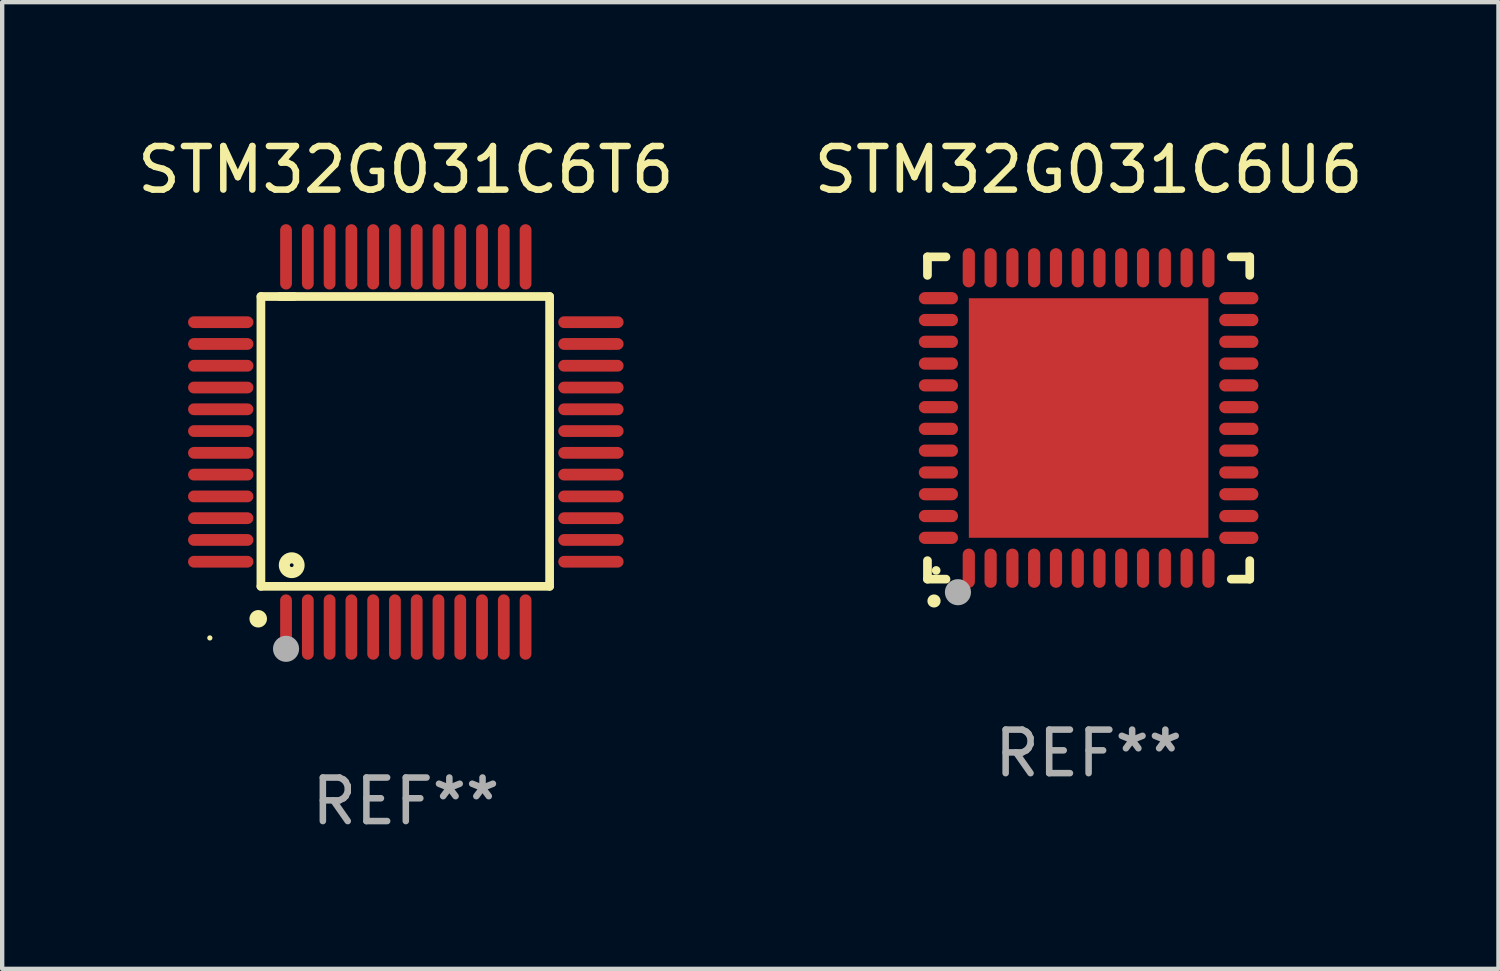
<source format=kicad_pcb>
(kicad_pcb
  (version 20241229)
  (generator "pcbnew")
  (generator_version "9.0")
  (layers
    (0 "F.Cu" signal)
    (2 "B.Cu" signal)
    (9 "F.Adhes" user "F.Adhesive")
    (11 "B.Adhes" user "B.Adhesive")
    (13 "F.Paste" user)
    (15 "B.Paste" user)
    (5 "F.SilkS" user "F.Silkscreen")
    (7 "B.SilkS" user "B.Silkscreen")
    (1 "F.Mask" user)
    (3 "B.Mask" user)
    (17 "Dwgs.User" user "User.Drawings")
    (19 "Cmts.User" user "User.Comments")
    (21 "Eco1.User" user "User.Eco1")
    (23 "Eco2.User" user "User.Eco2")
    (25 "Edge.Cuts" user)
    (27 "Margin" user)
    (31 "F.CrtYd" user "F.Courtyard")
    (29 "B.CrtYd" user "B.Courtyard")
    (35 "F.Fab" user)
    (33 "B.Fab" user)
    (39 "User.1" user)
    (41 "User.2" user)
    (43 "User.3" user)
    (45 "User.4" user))
  (footprint "STM32G031C6T6"
    (layer "F.Cu")
    (at 6.268 7.098)
    (property "Reference" "STM32G031C6T6" (at 0 -6.25 0) (layer "F.SilkS") (effects (font (size 1 1) (thickness 0.15))))
    (attr through_hole)
    (fp_line (start -3.327 -3.34) (end -2.565 -3.34) (stroke (width 0.2) (type solid)) (layer "F.SilkS"))
    (fp_line (start -3.327 3.315) (end -3.327 -3.34) (stroke (width 0.2) (type solid)) (layer "F.SilkS"))
    (fp_line (start -2.896 -3.34) (end 3.302 -3.34) (stroke (width 0.2) (type solid)) (layer "F.SilkS"))
    (fp_line (start 3.302 -3.34) (end 3.302 3.315) (stroke (width 0.2) (type solid)) (layer "F.SilkS"))
    (fp_line (start 3.302 3.315) (end -3.327 3.315) (stroke (width 0.2) (type solid)) (layer "F.SilkS"))
    (fp_arc (start -3.389992 4.059995) (mid -3.388722 4.059991) (end -3.387452 4.059995) (stroke (width 0.4) (type solid)) (layer "F.SilkS"))
    (fp_circle (center -4.5 4.5) (end -4.47 4.5) (stroke (width 0.06) (type solid)) (fill no) (layer "F.SilkS"))
    (fp_circle (center -2.62 2.83) (end -2.45 2.83) (stroke (width 0.254) (type solid)) (fill no) (layer "F.SilkS"))
    (fp_circle (center -2.75 4.75) (end -2.6 4.75) (stroke (width 0.3) (type solid)) (fill no) (layer "F.Fab"))
    (fp_text user "REF**" (at 0 8.25 0) (layer "F.Fab") (effects (font (size 1 1) (thickness 0.15))))
    (pad "1" smd oval (at -2.75 4.25) (size 0.27 1.5) (layers "F.Cu" "F.Mask" "F.Paste"))
    (pad "2" smd oval (at -2.25 4.25) (size 0.27 1.5) (layers "F.Cu" "F.Mask" "F.Paste"))
    (pad "3" smd oval (at -1.75 4.25) (size 0.27 1.5) (layers "F.Cu" "F.Mask" "F.Paste"))
    (pad "4" smd oval (at -1.25 4.25) (size 0.27 1.5) (layers "F.Cu" "F.Mask" "F.Paste"))
    (pad "5" smd oval (at -0.75 4.25) (size 0.27 1.5) (layers "F.Cu" "F.Mask" "F.Paste"))
    (pad "6" smd oval (at -0.25 4.25) (size 0.27 1.5) (layers "F.Cu" "F.Mask" "F.Paste"))
    (pad "7" smd oval (at 0.25 4.25) (size 0.27 1.5) (layers "F.Cu" "F.Mask" "F.Paste"))
    (pad "8" smd oval (at 0.75 4.25) (size 0.27 1.5) (layers "F.Cu" "F.Mask" "F.Paste"))
    (pad "9" smd oval (at 1.25 4.25) (size 0.27 1.5) (layers "F.Cu" "F.Mask" "F.Paste"))
    (pad "10" smd oval (at 1.75 4.25) (size 0.27 1.5) (layers "F.Cu" "F.Mask" "F.Paste"))
    (pad "11" smd oval (at 2.25 4.25) (size 0.27 1.5) (layers "F.Cu" "F.Mask" "F.Paste"))
    (pad "12" smd oval (at 2.75 4.25) (size 0.27 1.5) (layers "F.Cu" "F.Mask" "F.Paste"))
    (pad "13" smd oval (at 4.25 2.75) (size 1.5 0.27) (layers "F.Cu" "F.Mask" "F.Paste"))
    (pad "14" smd oval (at 4.25 2.25) (size 1.5 0.27) (layers "F.Cu" "F.Mask" "F.Paste"))
    (pad "15" smd oval (at 4.25 1.75) (size 1.5 0.27) (layers "F.Cu" "F.Mask" "F.Paste"))
    (pad "16" smd oval (at 4.25 1.25) (size 1.5 0.27) (layers "F.Cu" "F.Mask" "F.Paste"))
    (pad "17" smd oval (at 4.25 0.75) (size 1.5 0.27) (layers "F.Cu" "F.Mask" "F.Paste"))
    (pad "18" smd oval (at 4.25 0.25) (size 1.5 0.27) (layers "F.Cu" "F.Mask" "F.Paste"))
    (pad "19" smd oval (at 4.25 -0.25) (size 1.5 0.27) (layers "F.Cu" "F.Mask" "F.Paste"))
    (pad "20" smd oval (at 4.25 -0.75) (size 1.5 0.27) (layers "F.Cu" "F.Mask" "F.Paste"))
    (pad "21" smd oval (at 4.25 -1.25) (size 1.5 0.27) (layers "F.Cu" "F.Mask" "F.Paste"))
    (pad "22" smd oval (at 4.25 -1.75) (size 1.5 0.27) (layers "F.Cu" "F.Mask" "F.Paste"))
    (pad "23" smd oval (at 4.25 -2.25) (size 1.5 0.27) (layers "F.Cu" "F.Mask" "F.Paste"))
    (pad "24" smd oval (at 4.25 -2.75) (size 1.5 0.27) (layers "F.Cu" "F.Mask" "F.Paste"))
    (pad "25" smd oval (at 2.75 -4.25) (size 0.27 1.5) (layers "F.Cu" "F.Mask" "F.Paste"))
    (pad "26" smd oval (at 2.25 -4.25) (size 0.27 1.5) (layers "F.Cu" "F.Mask" "F.Paste"))
    (pad "27" smd oval (at 1.75 -4.25) (size 0.27 1.5) (layers "F.Cu" "F.Mask" "F.Paste"))
    (pad "28" smd oval (at 1.25 -4.25) (size 0.27 1.5) (layers "F.Cu" "F.Mask" "F.Paste"))
    (pad "29" smd oval (at 0.75 -4.25) (size 0.27 1.5) (layers "F.Cu" "F.Mask" "F.Paste"))
    (pad "30" smd oval (at 0.25 -4.25) (size 0.27 1.5) (layers "F.Cu" "F.Mask" "F.Paste"))
    (pad "31" smd oval (at -0.25 -4.25) (size 0.27 1.5) (layers "F.Cu" "F.Mask" "F.Paste"))
    (pad "32" smd oval (at -0.75 -4.25) (size 0.27 1.5) (layers "F.Cu" "F.Mask" "F.Paste"))
    (pad "33" smd oval (at -1.25 -4.25) (size 0.27 1.5) (layers "F.Cu" "F.Mask" "F.Paste"))
    (pad "34" smd oval (at -1.75 -4.25) (size 0.27 1.5) (layers "F.Cu" "F.Mask" "F.Paste"))
    (pad "35" smd oval (at -2.25 -4.25) (size 0.27 1.5) (layers "F.Cu" "F.Mask" "F.Paste"))
    (pad "36" smd oval (at -2.75 -4.25) (size 0.27 1.5) (layers "F.Cu" "F.Mask" "F.Paste"))
    (pad "37" smd oval (at -4.25 -2.75) (size 1.5 0.27) (layers "F.Cu" "F.Mask" "F.Paste"))
    (pad "38" smd oval (at -4.25 -2.25) (size 1.5 0.27) (layers "F.Cu" "F.Mask" "F.Paste"))
    (pad "39" smd oval (at -4.25 -1.75) (size 1.5 0.27) (layers "F.Cu" "F.Mask" "F.Paste"))
    (pad "40" smd oval (at -4.25 -1.25) (size 1.5 0.27) (layers "F.Cu" "F.Mask" "F.Paste"))
    (pad "41" smd oval (at -4.25 -0.75) (size 1.5 0.27) (layers "F.Cu" "F.Mask" "F.Paste"))
    (pad "42" smd oval (at -4.25 -0.25) (size 1.5 0.27) (layers "F.Cu" "F.Mask" "F.Paste"))
    (pad "43" smd oval (at -4.25 0.25) (size 1.5 0.27) (layers "F.Cu" "F.Mask" "F.Paste"))
    (pad "44" smd oval (at -4.25 0.75) (size 1.5 0.27) (layers "F.Cu" "F.Mask" "F.Paste"))
    (pad "45" smd oval (at -4.25 1.25) (size 1.5 0.27) (layers "F.Cu" "F.Mask" "F.Paste"))
    (pad "46" smd oval (at -4.25 1.75) (size 1.5 0.27) (layers "F.Cu" "F.Mask" "F.Paste"))
    (pad "47" smd oval (at -4.25 2.25) (size 1.5 0.27) (layers "F.Cu" "F.Mask" "F.Paste"))
    (pad "48" smd oval (at -4.25 2.75) (size 1.5 0.27) (layers "F.Cu" "F.Mask" "F.Paste")))
  (footprint "STM32G031C6U6"
    (layer "F.Cu")
    (at 21.946 6.548)
    (property "Reference" "STM32G031C6U6" (at 0 -5.7 0) (layer "F.SilkS") (effects (font (size 1 1) (thickness 0.15))))
    (attr through_hole)
    (fp_line (start -3.7 -3.7) (end -3.275 -3.7) (stroke (width 0.2) (type solid)) (layer "F.SilkS"))
    (fp_line (start -3.7 -3.275) (end -3.7 -3.7) (stroke (width 0.2) (type solid)) (layer "F.SilkS"))
    (fp_line (start -3.7 3.7) (end -3.7 3.275) (stroke (width 0.2) (type solid)) (layer "F.SilkS"))
    (fp_line (start -3.275 3.7) (end -3.7 3.7) (stroke (width 0.2) (type solid)) (layer "F.SilkS"))
    (fp_line (start 3.7 -3.7) (end 3.275 -3.7) (stroke (width 0.2) (type solid)) (layer "F.SilkS"))
    (fp_line (start 3.7 -3.275) (end 3.7 -3.7) (stroke (width 0.2) (type solid)) (layer "F.SilkS"))
    (fp_line (start 3.7 3.275) (end 3.7 3.7) (stroke (width 0.2) (type solid)) (layer "F.SilkS"))
    (fp_line (start 3.7 3.7) (end 3.275 3.7) (stroke (width 0.2) (type solid)) (layer "F.SilkS"))
    (fp_arc (start -3.550927 4.201168) (mid -3.549657 4.201163) (end -3.548387 4.201168) (stroke (width 0.3) (type solid)) (layer "F.SilkS"))
    (fp_circle (center -3.5 3.5) (end -3.45 3.5) (stroke (width 0.1) (type solid)) (fill no) (layer "F.SilkS"))
    (fp_circle (center -3 4) (end -2.85 4) (stroke (width 0.3) (type solid)) (fill no) (layer "F.Fab"))
    (fp_text user "REF**" (at 0 7.7 0) (layer "F.Fab") (effects (font (size 1 1) (thickness 0.15))))
    (pad "1" smd oval (at -2.751 3.449) (size 0.28 0.9) (layers "F.Cu" "F.Mask" "F.Paste"))
    (pad "2" smd oval (at -2.25 3.449) (size 0.28 0.9) (layers "F.Cu" "F.Mask" "F.Paste"))
    (pad "3" smd oval (at -1.75 3.449) (size 0.28 0.9) (layers "F.Cu" "F.Mask" "F.Paste"))
    (pad "4" smd oval (at -1.25 3.449) (size 0.28 0.9) (layers "F.Cu" "F.Mask" "F.Paste"))
    (pad "5" smd oval (at -0.749 3.449) (size 0.28 0.9) (layers "F.Cu" "F.Mask" "F.Paste"))
    (pad "6" smd oval (at -0.249 3.449) (size 0.28 0.9) (layers "F.Cu" "F.Mask" "F.Paste"))
    (pad "7" smd oval (at 0.249 3.449) (size 0.28 0.9) (layers "F.Cu" "F.Mask" "F.Paste"))
    (pad "8" smd oval (at 0.749 3.449) (size 0.28 0.9) (layers "F.Cu" "F.Mask" "F.Paste"))
    (pad "9" smd oval (at 1.25 3.449) (size 0.28 0.9) (layers "F.Cu" "F.Mask" "F.Paste"))
    (pad "10" smd oval (at 1.75 3.449) (size 0.28 0.9) (layers "F.Cu" "F.Mask" "F.Paste"))
    (pad "11" smd oval (at 2.251 3.449) (size 0.28 0.9) (layers "F.Cu" "F.Mask" "F.Paste"))
    (pad "12" smd oval (at 2.751 3.449) (size 0.28 0.9) (layers "F.Cu" "F.Mask" "F.Paste"))
    (pad "13" smd oval (at 3.449 2.751) (size 0.9 0.28) (layers "F.Cu" "F.Mask" "F.Paste"))
    (pad "14" smd oval (at 3.449 2.251) (size 0.9 0.28) (layers "F.Cu" "F.Mask" "F.Paste"))
    (pad "15" smd oval (at 3.449 1.75) (size 0.9 0.28) (layers "F.Cu" "F.Mask" "F.Paste"))
    (pad "16" smd oval (at 3.449 1.25) (size 0.9 0.28) (layers "F.Cu" "F.Mask" "F.Paste"))
    (pad "17" smd oval (at 3.449 0.749) (size 0.9 0.28) (layers "F.Cu" "F.Mask" "F.Paste"))
    (pad "18" smd oval (at 3.449 0.249) (size 0.9 0.28) (layers "F.Cu" "F.Mask" "F.Paste"))
    (pad "19" smd oval (at 3.449 -0.249) (size 0.9 0.28) (layers "F.Cu" "F.Mask" "F.Paste"))
    (pad "20" smd oval (at 3.449 -0.749) (size 0.9 0.28) (layers "F.Cu" "F.Mask" "F.Paste"))
    (pad "21" smd oval (at 3.449 -1.25) (size 0.9 0.28) (layers "F.Cu" "F.Mask" "F.Paste"))
    (pad "22" smd oval (at 3.449 -1.75) (size 0.9 0.28) (layers "F.Cu" "F.Mask" "F.Paste"))
    (pad "23" smd oval (at 3.449 -2.25) (size 0.9 0.28) (layers "F.Cu" "F.Mask" "F.Paste"))
    (pad "24" smd oval (at 3.449 -2.751) (size 0.9 0.28) (layers "F.Cu" "F.Mask" "F.Paste"))
    (pad "25" smd oval (at 2.751 -3.449) (size 0.28 0.9) (layers "F.Cu" "F.Mask" "F.Paste"))
    (pad "26" smd oval (at 2.251 -3.449) (size 0.28 0.9) (layers "F.Cu" "F.Mask" "F.Paste"))
    (pad "27" smd oval (at 1.75 -3.449) (size 0.28 0.9) (layers "F.Cu" "F.Mask" "F.Paste"))
    (pad "28" smd oval (at 1.25 -3.449) (size 0.28 0.9) (layers "F.Cu" "F.Mask" "F.Paste"))
    (pad "29" smd oval (at 0.749 -3.449) (size 0.28 0.9) (layers "F.Cu" "F.Mask" "F.Paste"))
    (pad "30" smd oval (at 0.249 -3.449) (size 0.28 0.9) (layers "F.Cu" "F.Mask" "F.Paste"))
    (pad "31" smd oval (at -0.249 -3.449) (size 0.28 0.9) (layers "F.Cu" "F.Mask" "F.Paste"))
    (pad "32" smd oval (at -0.749 -3.449) (size 0.28 0.9) (layers "F.Cu" "F.Mask" "F.Paste"))
    (pad "33" smd oval (at -1.25 -3.449) (size 0.28 0.9) (layers "F.Cu" "F.Mask" "F.Paste"))
    (pad "34" smd oval (at -1.75 -3.449) (size 0.28 0.9) (layers "F.Cu" "F.Mask" "F.Paste"))
    (pad "35" smd oval (at -2.25 -3.449) (size 0.28 0.9) (layers "F.Cu" "F.Mask" "F.Paste"))
    (pad "36" smd oval (at -2.751 -3.449) (size 0.28 0.9) (layers "F.Cu" "F.Mask" "F.Paste"))
    (pad "37" smd oval (at -3.449 -2.751) (size 0.9 0.28) (layers "F.Cu" "F.Mask" "F.Paste"))
    (pad "38" smd oval (at -3.449 -2.25) (size 0.9 0.28) (layers "F.Cu" "F.Mask" "F.Paste"))
    (pad "39" smd oval (at -3.449 -1.75) (size 0.9 0.28) (layers "F.Cu" "F.Mask" "F.Paste"))
    (pad "40" smd oval (at -3.449 -1.25) (size 0.9 0.28) (layers "F.Cu" "F.Mask" "F.Paste"))
    (pad "41" smd oval (at -3.449 -0.749) (size 0.9 0.28) (layers "F.Cu" "F.Mask" "F.Paste"))
    (pad "42" smd oval (at -3.449 -0.249) (size 0.9 0.28) (layers "F.Cu" "F.Mask" "F.Paste"))
    (pad "43" smd oval (at -3.449 0.249) (size 0.9 0.28) (layers "F.Cu" "F.Mask" "F.Paste"))
    (pad "44" smd oval (at -3.449 0.749) (size 0.9 0.28) (layers "F.Cu" "F.Mask" "F.Paste"))
    (pad "45" smd oval (at -3.449 1.25) (size 0.9 0.28) (layers "F.Cu" "F.Mask" "F.Paste"))
    (pad "46" smd oval (at -3.449 1.75) (size 0.9 0.28) (layers "F.Cu" "F.Mask" "F.Paste"))
    (pad "47" smd oval (at -3.449 2.251) (size 0.9 0.28) (layers "F.Cu" "F.Mask" "F.Paste"))
    (pad "48" smd oval (at -3.449 2.751) (size 0.9 0.28) (layers "F.Cu" "F.Mask" "F.Paste"))
    (pad "49" smd rect (at 0.000076 0.000076) (size 5.5 5.5) (layers "F.Cu" "F.Mask" "F.Paste")))
  (gr_rect
    (start -3 -3)
    (end 31.357 19.196)
    (stroke (width 0.1) (type default))
    (fill no)
    (layer "Edge.Cuts")))
</source>
